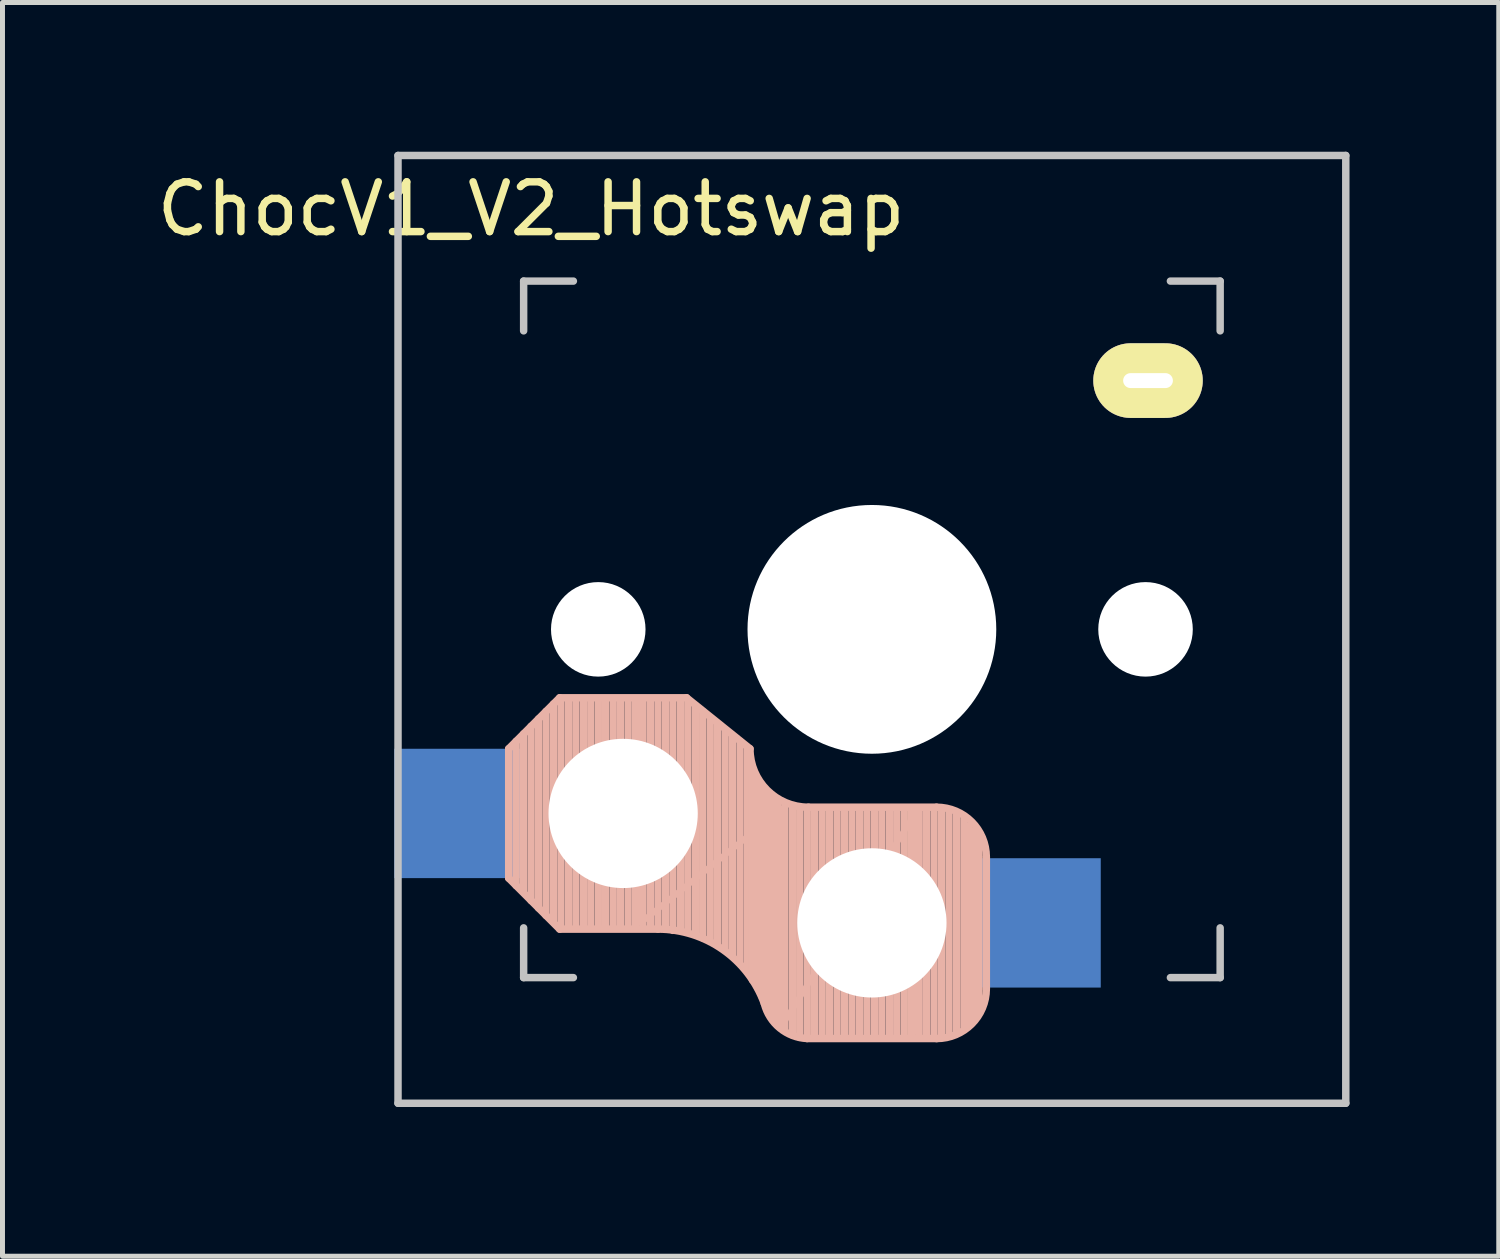
<source format=kicad_pcb>
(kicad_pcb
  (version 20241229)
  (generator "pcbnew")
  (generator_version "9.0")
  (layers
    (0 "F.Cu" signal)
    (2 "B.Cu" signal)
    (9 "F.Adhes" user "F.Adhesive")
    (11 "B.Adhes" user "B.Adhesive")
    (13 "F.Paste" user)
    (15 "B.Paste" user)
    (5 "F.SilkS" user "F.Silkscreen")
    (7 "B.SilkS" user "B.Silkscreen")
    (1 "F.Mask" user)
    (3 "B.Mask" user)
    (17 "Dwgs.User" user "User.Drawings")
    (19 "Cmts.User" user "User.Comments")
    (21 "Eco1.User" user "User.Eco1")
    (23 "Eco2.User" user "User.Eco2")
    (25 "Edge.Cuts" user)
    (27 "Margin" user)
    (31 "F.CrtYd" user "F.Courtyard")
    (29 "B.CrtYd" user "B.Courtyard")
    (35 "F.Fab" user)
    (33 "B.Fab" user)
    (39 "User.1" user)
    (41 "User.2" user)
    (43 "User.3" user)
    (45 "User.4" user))
  (footprint "ChocV1_V2_Hotswap"
    (layer "F.Cu")
    (at 14.475 9.6)
    (property "Reference" "ChocV1_V2_Hotswap" (at -6.85 -8.45 0) (layer "F.SilkS") (effects (font (size 1 1) (thickness 0.15))))
    (attr through_hole)
    (fp_line (start -7.3 2.4) (end -7.3 5) (stroke (width 0.15) (type solid)) (layer "B.SilkS"))
    (fp_line (start -7.3 2.4) (end -6.275 1.375) (stroke (width 0.15) (type solid)) (layer "B.SilkS"))
    (fp_line (start -7.3 5) (end -6.275 6.025) (stroke (width 0.15) (type solid)) (layer "B.SilkS"))
    (fp_line (start -7.15 5.15) (end -7.15 2.25) (stroke (width 0.15) (type solid)) (layer "B.SilkS"))
    (fp_line (start -7 5.25) (end -7 2.1) (stroke (width 0.15) (type solid)) (layer "B.SilkS"))
    (fp_line (start -6.85 5.45) (end -6.85 1.95) (stroke (width 0.15) (type solid)) (layer "B.SilkS"))
    (fp_line (start -6.7 5.6) (end -6.7 1.8) (stroke (width 0.15) (type solid)) (layer "B.SilkS"))
    (fp_line (start -6.55 5.75) (end -6.55 1.65) (stroke (width 0.15) (type solid)) (layer "B.SilkS"))
    (fp_line (start -6.4 5.85) (end -6.4 1.5) (stroke (width 0.15) (type solid)) (layer "B.SilkS"))
    (fp_line (start -6.25 6) (end -6.25 1.4) (stroke (width 0.15) (type solid)) (layer "B.SilkS"))
    (fp_line (start -6.1 6) (end -6.1 1.4) (stroke (width 0.15) (type solid)) (layer "B.SilkS"))
    (fp_line (start -5.95 6) (end -5.95 1.4) (stroke (width 0.15) (type solid)) (layer "B.SilkS"))
    (fp_line (start -5.8 6) (end -5.8 1.4) (stroke (width 0.15) (type solid)) (layer "B.SilkS"))
    (fp_line (start -5.65 6) (end -5.65 1.4) (stroke (width 0.15) (type solid)) (layer "B.SilkS"))
    (fp_line (start -5.5 6) (end -5.5 1.4) (stroke (width 0.15) (type solid)) (layer "B.SilkS"))
    (fp_line (start -5.35 6) (end -5.35 1.4) (stroke (width 0.15) (type solid)) (layer "B.SilkS"))
    (fp_line (start -5.2 6) (end -5.2 1.4) (stroke (width 0.15) (type solid)) (layer "B.SilkS"))
    (fp_line (start -5.05 6) (end -5.05 1.4) (stroke (width 0.15) (type solid)) (layer "B.SilkS"))
    (fp_line (start -4.9 6) (end -4.9 1.4) (stroke (width 0.15) (type solid)) (layer "B.SilkS"))
    (fp_line (start -4.75 6) (end -4.75 1.4) (stroke (width 0.15) (type solid)) (layer "B.SilkS"))
    (fp_line (start -4.65 5.9) (end -4.65 1.4) (stroke (width 0.12) (type solid)) (layer "B.SilkS"))
    (fp_line (start -4.6 6) (end -4.6 1.4) (stroke (width 0.15) (type solid)) (layer "B.SilkS"))
    (fp_line (start -4.45 6) (end -4.45 1.4) (stroke (width 0.15) (type solid)) (layer "B.SilkS"))
    (fp_line (start -4.3 6) (end -4.3 1.4) (stroke (width 0.15) (type solid)) (layer "B.SilkS"))
    (fp_line (start -4.3 6.025) (end -6.275 6.025) (stroke (width 0.15) (type solid)) (layer "B.SilkS"))
    (fp_line (start -4.15 6) (end -4.15 1.45) (stroke (width 0.15) (type solid)) (layer "B.SilkS"))
    (fp_line (start -4 6.05) (end -4 1.4) (stroke (width 0.15) (type solid)) (layer "B.SilkS"))
    (fp_line (start -3.85 6.05) (end -3.85 1.4) (stroke (width 0.15) (type solid)) (layer "B.SilkS"))
    (fp_line (start -3.725 1.375) (end -6.275 1.375) (stroke (width 0.15) (type solid)) (layer "B.SilkS"))
    (fp_line (start -3.725 1.375) (end -2.45 2.4) (stroke (width 0.15) (type solid)) (layer "B.SilkS"))
    (fp_line (start -3.7 6.05) (end -3.7 1.45) (stroke (width 0.15) (type solid)) (layer "B.SilkS"))
    (fp_line (start -3.55 6.1) (end -3.55 1.55) (stroke (width 0.15) (type solid)) (layer "B.SilkS"))
    (fp_line (start -3.4 6.2) (end -3.4 1.65) (stroke (width 0.15) (type solid)) (layer "B.SilkS"))
    (fp_line (start -3.25 6.25) (end -3.25 1.8) (stroke (width 0.15) (type solid)) (layer "B.SilkS"))
    (fp_line (start -3.1 6.35) (end -3.1 1.9) (stroke (width 0.15) (type solid)) (layer "B.SilkS"))
    (fp_line (start -2.95 6.45) (end -2.95 2.05) (stroke (width 0.15) (type solid)) (layer "B.SilkS"))
    (fp_line (start -2.8 6.55) (end -2.8 2.15) (stroke (width 0.15) (type solid)) (layer "B.SilkS"))
    (fp_line (start -2.65 6.7) (end -2.65 2.25) (stroke (width 0.15) (type solid)) (layer "B.SilkS"))
    (fp_line (start -2.5 6.85) (end -2.5 2.4) (stroke (width 0.15) (type solid)) (layer "B.SilkS"))
    (fp_line (start -2.4 7.05) (end -2.4 2.9) (stroke (width 0.15) (type solid)) (layer "B.SilkS"))
    (fp_line (start -2.3 7.2) (end -2.3 3.05) (stroke (width 0.15) (type solid)) (layer "B.SilkS"))
    (fp_line (start -2.2 7.4) (end -2.2 3.25) (stroke (width 0.15) (type solid)) (layer "B.SilkS"))
    (fp_line (start -2.1 7.55) (end -2.1 3.35) (stroke (width 0.15) (type solid)) (layer "B.SilkS"))
    (fp_line (start -2 7.8) (end -2 3.4) (stroke (width 0.15) (type solid)) (layer "B.SilkS"))
    (fp_line (start -1.9 7.95) (end -1.9 3.45) (stroke (width 0.15) (type solid)) (layer "B.SilkS"))
    (fp_line (start -1.8 3.6) (end -4.65 5.9) (stroke (width 0.12) (type solid)) (layer "B.SilkS"))
    (fp_line (start -1.8 7.95) (end -1.8 3.6) (stroke (width 0.12) (type solid)) (layer "B.SilkS"))
    (fp_line (start -1.75 8.05) (end -1.75 3.5) (stroke (width 0.15) (type solid)) (layer "B.SilkS"))
    (fp_line (start -1.6 8.15) (end -1.6 3.6) (stroke (width 0.15) (type solid)) (layer "B.SilkS"))
    (fp_line (start -1.45 8.2) (end -1.45 3.6) (stroke (width 0.15) (type solid)) (layer "B.SilkS"))
    (fp_line (start -1.3 8.2) (end -1.3 3.6) (stroke (width 0.15) (type solid)) (layer "B.SilkS"))
    (fp_line (start -1.15 8.2) (end -1.15 3.65) (stroke (width 0.15) (type solid)) (layer "B.SilkS"))
    (fp_line (start -1 8.2) (end -1 3.6) (stroke (width 0.15) (type solid)) (layer "B.SilkS"))
    (fp_line (start -0.85 8.2) (end -0.85 3.6) (stroke (width 0.15) (type solid)) (layer "B.SilkS"))
    (fp_line (start -0.7 8.2) (end -0.7 3.6) (stroke (width 0.15) (type solid)) (layer "B.SilkS"))
    (fp_line (start -0.55 8.2) (end -0.55 3.6) (stroke (width 0.15) (type solid)) (layer "B.SilkS"))
    (fp_line (start -0.4 8.2) (end -0.4 3.6) (stroke (width 0.15) (type solid)) (layer "B.SilkS"))
    (fp_line (start -0.25 8.2) (end -0.25 3.6) (stroke (width 0.15) (type solid)) (layer "B.SilkS"))
    (fp_line (start -0.1 8.2) (end -0.1 3.6) (stroke (width 0.15) (type solid)) (layer "B.SilkS"))
    (fp_line (start 0.05 8.2) (end 0.05 3.6) (stroke (width 0.15) (type solid)) (layer "B.SilkS"))
    (fp_line (start 0.2 8.2) (end 0.2 3.6) (stroke (width 0.15) (type solid)) (layer "B.SilkS"))
    (fp_line (start 0.35 8.2) (end 0.35 3.6) (stroke (width 0.15) (type solid)) (layer "B.SilkS"))
    (fp_line (start 0.5 8.2) (end 0.5 3.6) (stroke (width 0.15) (type solid)) (layer "B.SilkS"))
    (fp_line (start 0.65 8.2) (end 0.65 3.6) (stroke (width 0.15) (type solid)) (layer "B.SilkS"))
    (fp_line (start 0.8 8.2) (end 0.8 3.6) (stroke (width 0.15) (type solid)) (layer "B.SilkS"))
    (fp_line (start 0.9 3.65) (end -1.8 7.95) (stroke (width 0.12) (type solid)) (layer "B.SilkS"))
    (fp_line (start 0.9 8.1) (end 0.9 3.65) (stroke (width 0.12) (type solid)) (layer "B.SilkS"))
    (fp_line (start 0.95 8.2) (end 0.95 3.6) (stroke (width 0.15) (type solid)) (layer "B.SilkS"))
    (fp_line (start 1.1 8.2) (end 1.1 3.6) (stroke (width 0.15) (type solid)) (layer "B.SilkS"))
    (fp_line (start 1.25 8.2) (end 1.25 3.6) (stroke (width 0.15) (type solid)) (layer "B.SilkS"))
    (fp_line (start 1.3 3.575) (end -1.275 3.575) (stroke (width 0.15) (type solid)) (layer "B.SilkS"))
    (fp_line (start 1.3 8.225) (end -1.3 8.225) (stroke (width 0.15) (type solid)) (layer "B.SilkS"))
    (fp_line (start 1.4 8.2) (end 1.4 3.65) (stroke (width 0.15) (type solid)) (layer "B.SilkS"))
    (fp_line (start 1.55 8.15) (end 1.55 3.65) (stroke (width 0.15) (type solid)) (layer "B.SilkS"))
    (fp_line (start 1.7 8.1) (end 1.7 3.7) (stroke (width 0.15) (type solid)) (layer "B.SilkS"))
    (fp_line (start 1.85 8) (end 1.85 3.8) (stroke (width 0.15) (type solid)) (layer "B.SilkS"))
    (fp_line (start 1.95 7.9) (end 1.95 3.95) (stroke (width 0.15) (type solid)) (layer "B.SilkS"))
    (fp_line (start 2.05 7.8) (end 2.05 4.05) (stroke (width 0.15) (type solid)) (layer "B.SilkS"))
    (fp_line (start 2.15 7.65) (end 2.15 4.1) (stroke (width 0.15) (type solid)) (layer "B.SilkS"))
    (fp_line (start 2.3 4.575) (end 2.3 7.225) (stroke (width 0.15) (type solid)) (layer "B.SilkS"))
    (fp_arc (start -4.3 6.025) (mid -2.995114 6.436429) (end -2.162199 7.521904) (stroke (width 0.15) (type solid)) (layer "B.SilkS"))
    (fp_arc (start -1.300995 8.223791) (mid -1.848284 8.016021) (end -2.162199 7.521904) (stroke (width 0.15) (type solid)) (layer "B.SilkS"))
    (fp_arc (start -1.275 3.575) (mid -2.10585 3.23085) (end -2.45 2.4) (stroke (width 0.15) (type solid)) (layer "B.SilkS"))
    (fp_arc (start 1.3 3.575) (mid 2.007107 3.867893) (end 2.3 4.575) (stroke (width 0.15) (type solid)) (layer "B.SilkS"))
    (fp_arc (start 2.3 7.225) (mid 2.007107 7.932107) (end 1.3 8.225) (stroke (width 0.15) (type solid)) (layer "B.SilkS"))
    (fp_line (start -9.525 -9.525) (end 9.525 -9.525) (stroke (width 0.15) (type solid)) (layer "Dwgs.User"))
    (fp_line (start -9.525 9.525) (end -9.525 -9.525) (stroke (width 0.15) (type solid)) (layer "Dwgs.User"))
    (fp_line (start -7 -7) (end -6 -7) (stroke (width 0.15) (type solid)) (layer "Dwgs.User"))
    (fp_line (start -7 -6) (end -7 -7) (stroke (width 0.15) (type solid)) (layer "Dwgs.User"))
    (fp_line (start -7 7) (end -7 6) (stroke (width 0.15) (type solid)) (layer "Dwgs.User"))
    (fp_line (start -6 7) (end -7 7) (stroke (width 0.15) (type solid)) (layer "Dwgs.User"))
    (fp_line (start 6 7) (end 7 7) (stroke (width 0.15) (type solid)) (layer "Dwgs.User"))
    (fp_line (start 7 -7) (end 6 -7) (stroke (width 0.15) (type solid)) (layer "Dwgs.User"))
    (fp_line (start 7 -6) (end 7 -7) (stroke (width 0.15) (type solid)) (layer "Dwgs.User"))
    (fp_line (start 7 7) (end 7 6) (stroke (width 0.15) (type solid)) (layer "Dwgs.User"))
    (fp_line (start 9.525 -9.525) (end 9.525 9.525) (stroke (width 0.15) (type solid)) (layer "Dwgs.User"))
    (fp_line (start 9.525 9.525) (end -9.525 9.525) (stroke (width 0.15) (type solid)) (layer "Dwgs.User"))
    (pad "" np_thru_hole circle (at -5.5 0 90) (size 1.9 1.9) (drill 1.9) (layers "*.Cu"))
    (pad "" np_thru_hole circle (at -5 3.7 90) (size 3 3) (drill 3) (layers "*.Cu" "*.Mask"))
    (pad "" np_thru_hole circle (at 0 0 90) (size 5 5) (drill 5) (layers "*.Cu"))
    (pad "" np_thru_hole circle (at 0 5.9 90) (size 3 3) (drill 3) (layers "*.Cu" "*.Mask"))
    (pad "" np_thru_hole circle (at 5.5 0 90) (size 1.9 1.9) (drill 1.9) (layers "*.Cu"))
    (pad "" thru_hole oval (at 5.55 -5 180) (size 2.2 1.5) (drill oval 1 0.3) (layers "*.Cu" "B.Mask" "F.SilkS"))
    (pad "1" smd rect (at -8.3 3.7 180) (size 2.6 2.6) (layers "B.Cu" "B.Mask" "B.Paste"))
    (pad "2" smd rect (at 3.3 5.9 180) (size 2.6 2.6) (layers "B.Cu" "B.Mask" "B.Paste")))
  (gr_rect
    (start -3 -3)
    (end 27.075 22.2)
    (stroke (width 0.1) (type default))
    (fill no)
    (layer "Edge.Cuts")))
</source>
